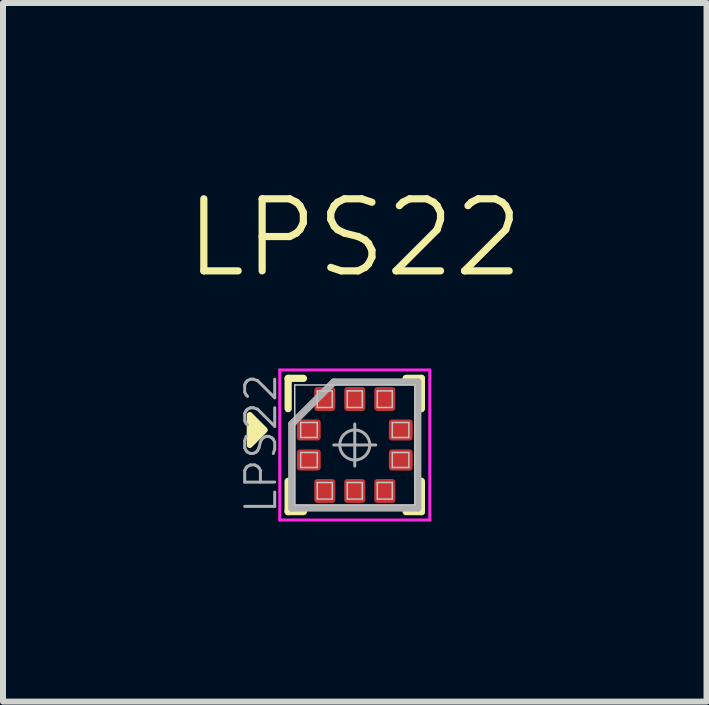
<source format=kicad_pcb>
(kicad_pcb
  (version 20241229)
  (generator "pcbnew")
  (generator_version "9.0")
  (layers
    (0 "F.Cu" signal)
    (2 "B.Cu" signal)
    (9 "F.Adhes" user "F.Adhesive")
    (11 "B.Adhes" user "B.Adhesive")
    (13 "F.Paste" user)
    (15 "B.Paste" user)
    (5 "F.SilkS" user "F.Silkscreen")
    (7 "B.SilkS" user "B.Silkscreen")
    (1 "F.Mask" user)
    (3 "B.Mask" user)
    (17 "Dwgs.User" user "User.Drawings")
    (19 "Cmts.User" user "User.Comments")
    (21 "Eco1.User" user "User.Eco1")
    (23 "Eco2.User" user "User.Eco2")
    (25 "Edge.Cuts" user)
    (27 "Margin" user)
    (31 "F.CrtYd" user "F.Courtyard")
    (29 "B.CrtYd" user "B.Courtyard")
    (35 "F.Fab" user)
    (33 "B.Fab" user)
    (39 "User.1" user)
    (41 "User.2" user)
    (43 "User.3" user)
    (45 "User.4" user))
  (footprint "LPS22"
    (layer "F.Cu")
    (at 2.86 4.363)
    (property "Reference" "LPS22" (at 0 -3.45 0) (layer "F.SilkS") (effects (font (size 1.2 1.2) (thickness 0.12))))
    (attr smd)
    (fp_line (start -1.11 -1.11) (end -0.855 -1.11) (stroke (width 0.12) (type solid)) (layer "F.SilkS"))
    (fp_line (start -1.11 -0.605) (end -1.11 -1.11) (stroke (width 0.12) (type solid)) (layer "F.SilkS"))
    (fp_line (start -1.11 0.605) (end -1.11 1.11) (stroke (width 0.12) (type solid)) (layer "F.SilkS"))
    (fp_line (start -1.11 1.11) (end -0.855 1.11) (stroke (width 0.12) (type solid)) (layer "F.SilkS"))
    (fp_line (start 1.11 -1.11) (end 0.855 -1.11) (stroke (width 0.12) (type solid)) (layer "F.SilkS"))
    (fp_line (start 1.11 -0.605) (end 1.11 -1.11) (stroke (width 0.12) (type solid)) (layer "F.SilkS"))
    (fp_line (start 1.11 0.605) (end 1.11 1.11) (stroke (width 0.12) (type solid)) (layer "F.SilkS"))
    (fp_line (start 1.11 1.11) (end 0.855 1.11) (stroke (width 0.12) (type solid)) (layer "F.SilkS"))
    (fp_poly (pts (xy -1.5 -0.25) (xy -1.75 0) (xy -1.75 -0.5)) (stroke (width 0.1) (type solid)) (fill yes) (layer "F.SilkS"))
    (fp_line (start -1 -1) (end 1 -1) (stroke (width 0.025) (type solid)) (layer "Dwgs.User"))
    (fp_line (start -1 1) (end -1 -1) (stroke (width 0.025) (type solid)) (layer "Dwgs.User"))
    (fp_line (start -0.901 -0.375) (end -0.625 -0.375) (stroke (width 0.025) (type solid)) (layer "Dwgs.User"))
    (fp_line (start -0.901 -0.125) (end -0.901 -0.375) (stroke (width 0.025) (type solid)) (layer "Dwgs.User"))
    (fp_line (start -0.901 0.125) (end -0.625 0.125) (stroke (width 0.025) (type solid)) (layer "Dwgs.User"))
    (fp_line (start -0.901 0.375) (end -0.901 0.125) (stroke (width 0.025) (type solid)) (layer "Dwgs.User"))
    (fp_line (start -0.625 -0.901) (end -0.375 -0.901) (stroke (width 0.025) (type solid)) (layer "Dwgs.User"))
    (fp_line (start -0.625 -0.625) (end -0.625 -0.901) (stroke (width 0.025) (type solid)) (layer "Dwgs.User"))
    (fp_line (start -0.625 -0.375) (end -0.625 -0.125) (stroke (width 0.025) (type solid)) (layer "Dwgs.User"))
    (fp_line (start -0.625 -0.125) (end -0.901 -0.125) (stroke (width 0.025) (type solid)) (layer "Dwgs.User"))
    (fp_line (start -0.625 0.125) (end -0.625 0.375) (stroke (width 0.025) (type solid)) (layer "Dwgs.User"))
    (fp_line (start -0.625 0.375) (end -0.901 0.375) (stroke (width 0.025) (type solid)) (layer "Dwgs.User"))
    (fp_line (start -0.625 0.625) (end -0.375 0.625) (stroke (width 0.025) (type solid)) (layer "Dwgs.User"))
    (fp_line (start -0.625 0.901) (end -0.625 0.625) (stroke (width 0.025) (type solid)) (layer "Dwgs.User"))
    (fp_line (start -0.375 -0.901) (end -0.375 -0.625) (stroke (width 0.025) (type solid)) (layer "Dwgs.User"))
    (fp_line (start -0.375 -0.625) (end -0.625 -0.625) (stroke (width 0.025) (type solid)) (layer "Dwgs.User"))
    (fp_line (start -0.375 0.625) (end -0.375 0.901) (stroke (width 0.025) (type solid)) (layer "Dwgs.User"))
    (fp_line (start -0.375 0.901) (end -0.625 0.901) (stroke (width 0.025) (type solid)) (layer "Dwgs.User"))
    (fp_line (start -0.125 -0.901) (end 0.125 -0.901) (stroke (width 0.025) (type solid)) (layer "Dwgs.User"))
    (fp_line (start -0.125 -0.625) (end -0.125 -0.901) (stroke (width 0.025) (type solid)) (layer "Dwgs.User"))
    (fp_line (start -0.125 0.625) (end 0.125 0.625) (stroke (width 0.025) (type solid)) (layer "Dwgs.User"))
    (fp_line (start -0.125 0.901) (end -0.125 0.625) (stroke (width 0.025) (type solid)) (layer "Dwgs.User"))
    (fp_line (start 0.125 -0.901) (end 0.125 -0.625) (stroke (width 0.025) (type solid)) (layer "Dwgs.User"))
    (fp_line (start 0.125 -0.625) (end -0.125 -0.625) (stroke (width 0.025) (type solid)) (layer "Dwgs.User"))
    (fp_line (start 0.125 0.625) (end 0.125 0.901) (stroke (width 0.025) (type solid)) (layer "Dwgs.User"))
    (fp_line (start 0.125 0.901) (end -0.125 0.901) (stroke (width 0.025) (type solid)) (layer "Dwgs.User"))
    (fp_line (start 0.375 -0.901) (end 0.625 -0.901) (stroke (width 0.025) (type solid)) (layer "Dwgs.User"))
    (fp_line (start 0.375 -0.625) (end 0.375 -0.901) (stroke (width 0.025) (type solid)) (layer "Dwgs.User"))
    (fp_line (start 0.375 0.625) (end 0.625 0.625) (stroke (width 0.025) (type solid)) (layer "Dwgs.User"))
    (fp_line (start 0.375 0.901) (end 0.375 0.625) (stroke (width 0.025) (type solid)) (layer "Dwgs.User"))
    (fp_line (start 0.625 -0.901) (end 0.625 -0.625) (stroke (width 0.025) (type solid)) (layer "Dwgs.User"))
    (fp_line (start 0.625 -0.625) (end 0.375 -0.625) (stroke (width 0.025) (type solid)) (layer "Dwgs.User"))
    (fp_line (start 0.625 -0.375) (end 0.901 -0.375) (stroke (width 0.025) (type solid)) (layer "Dwgs.User"))
    (fp_line (start 0.625 -0.125) (end 0.625 -0.375) (stroke (width 0.025) (type solid)) (layer "Dwgs.User"))
    (fp_line (start 0.625 0.125) (end 0.901 0.125) (stroke (width 0.025) (type solid)) (layer "Dwgs.User"))
    (fp_line (start 0.625 0.375) (end 0.625 0.125) (stroke (width 0.025) (type solid)) (layer "Dwgs.User"))
    (fp_line (start 0.625 0.625) (end 0.625 0.901) (stroke (width 0.025) (type solid)) (layer "Dwgs.User"))
    (fp_line (start 0.625 0.901) (end 0.375 0.901) (stroke (width 0.025) (type solid)) (layer "Dwgs.User"))
    (fp_line (start 0.901 -0.375) (end 0.901 -0.125) (stroke (width 0.025) (type solid)) (layer "Dwgs.User"))
    (fp_line (start 0.901 -0.125) (end 0.625 -0.125) (stroke (width 0.025) (type solid)) (layer "Dwgs.User"))
    (fp_line (start 0.901 0.125) (end 0.901 0.375) (stroke (width 0.025) (type solid)) (layer "Dwgs.User"))
    (fp_line (start 0.901 0.375) (end 0.625 0.375) (stroke (width 0.025) (type solid)) (layer "Dwgs.User"))
    (fp_line (start 1 -1) (end 1 1) (stroke (width 0.025) (type solid)) (layer "Dwgs.User"))
    (fp_line (start 1 1) (end -1 1) (stroke (width 0.025) (type solid)) (layer "Dwgs.User"))
    (fp_line (start -1.25 -1.25) (end -1.25 1.25) (stroke (width 0.05) (type solid)) (layer "F.CrtYd"))
    (fp_line (start -1.25 1.25) (end 1.25 1.25) (stroke (width 0.05) (type solid)) (layer "F.CrtYd"))
    (fp_line (start 1.25 -1.25) (end -1.25 -1.25) (stroke (width 0.05) (type solid)) (layer "F.CrtYd"))
    (fp_line (start 1.25 1.25) (end 1.25 -1.25) (stroke (width 0.05) (type solid)) (layer "F.CrtYd"))
    (fp_line (start -1.05 -0.35) (end -0.35 -1.05) (stroke (width 0.12) (type solid)) (layer "F.Fab"))
    (fp_line (start -1.05 1.05) (end -1.05 -0.35) (stroke (width 0.12) (type solid)) (layer "F.Fab"))
    (fp_line (start -0.35 -1.05) (end 1.05 -1.05) (stroke (width 0.12) (type solid)) (layer "F.Fab"))
    (fp_line (start 0 -0.35) (end 0 0.35) (stroke (width 0.05) (type solid)) (layer "F.Fab"))
    (fp_line (start 0.35 0) (end -0.35 0) (stroke (width 0.05) (type solid)) (layer "F.Fab"))
    (fp_line (start 1.05 -1.05) (end 1.05 1.05) (stroke (width 0.12) (type solid)) (layer "F.Fab"))
    (fp_line (start 1.05 1.05) (end -1.05 1.05) (stroke (width 0.12) (type solid)) (layer "F.Fab"))
    (fp_circle (center 0 0) (end 0.25 0) (stroke (width 0.05) (type solid)) (fill no) (layer "F.Fab"))
    (fp_text user "${REFERENCE}" (at -1.27 -0.025 90) (layer "F.Fab") (effects (font (size 0.5 0.5) (thickness 0.05)) (justify bottom)))
    (pad "1" smd roundrect (at -0.766 -0.25) (size 0.397 0.35) (layers "F.Cu" "F.Mask" "F.Paste") (roundrect_rratio 0.143))
    (pad "2" smd roundrect (at -0.766 0.25) (size 0.397 0.35) (layers "F.Cu" "F.Mask" "F.Paste") (roundrect_rratio 0.143))
    (pad "3" smd roundrect (at -0.5 0.766 90) (size 0.397 0.35) (layers "F.Cu" "F.Mask" "F.Paste") (roundrect_rratio 0.143))
    (pad "4" smd roundrect (at 0 0.766 90) (size 0.397 0.35) (layers "F.Cu" "F.Mask" "F.Paste") (roundrect_rratio 0.143))
    (pad "5" smd roundrect (at 0.5 0.766 90) (size 0.397 0.35) (layers "F.Cu" "F.Mask" "F.Paste") (roundrect_rratio 0.143))
    (pad "6" smd roundrect (at 0.766 0.25) (size 0.397 0.35) (layers "F.Cu" "F.Mask" "F.Paste") (roundrect_rratio 0.143))
    (pad "7" smd roundrect (at 0.766 -0.25) (size 0.397 0.35) (layers "F.Cu" "F.Mask" "F.Paste") (roundrect_rratio 0.143))
    (pad "8" smd roundrect (at 0.5 -0.766 90) (size 0.397 0.35) (layers "F.Cu" "F.Mask" "F.Paste") (roundrect_rratio 0.143))
    (pad "9" smd roundrect (at 0 -0.766 90) (size 0.397 0.35) (layers "F.Cu" "F.Mask" "F.Paste") (roundrect_rratio 0.143))
    (pad "10" smd roundrect (at -0.5 -0.766 90) (size 0.397 0.35) (layers "F.Cu" "F.Mask" "F.Paste") (roundrect_rratio 0.143)))
  (gr_rect
    (start -3 -3)
    (end 8.72 8.638)
    (stroke (width 0.1) (type default))
    (fill no)
    (layer "Edge.Cuts")))
</source>
